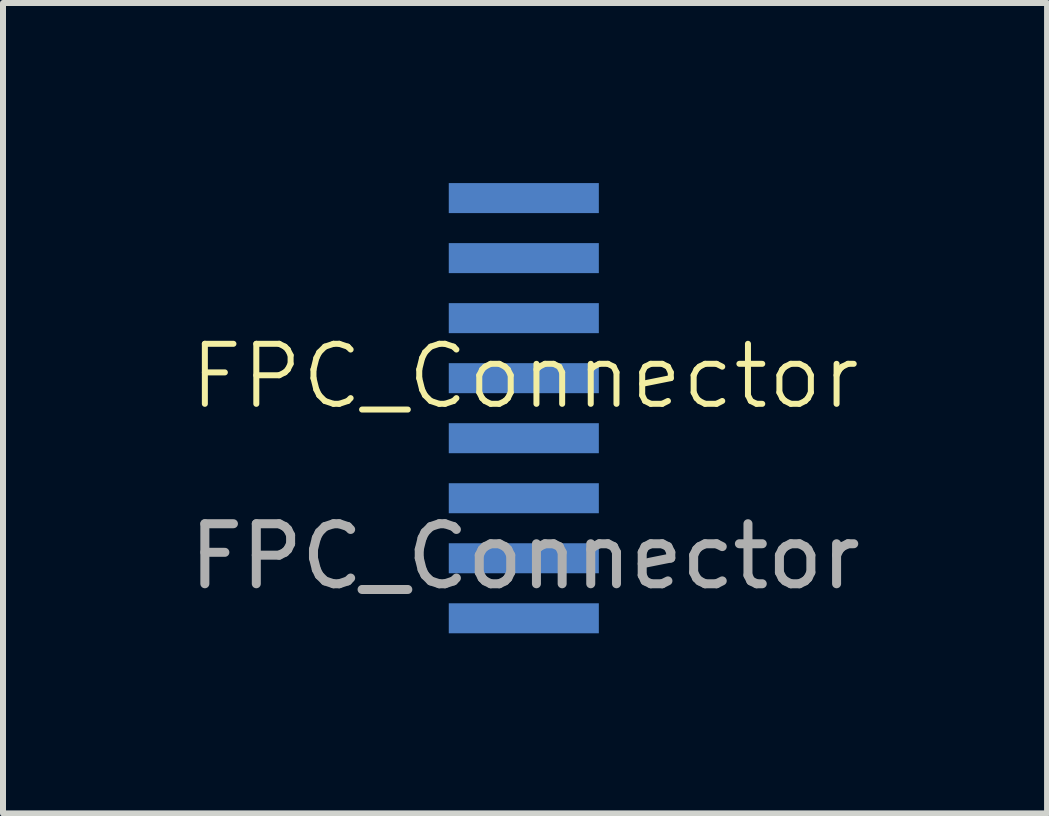
<source format=kicad_pcb>
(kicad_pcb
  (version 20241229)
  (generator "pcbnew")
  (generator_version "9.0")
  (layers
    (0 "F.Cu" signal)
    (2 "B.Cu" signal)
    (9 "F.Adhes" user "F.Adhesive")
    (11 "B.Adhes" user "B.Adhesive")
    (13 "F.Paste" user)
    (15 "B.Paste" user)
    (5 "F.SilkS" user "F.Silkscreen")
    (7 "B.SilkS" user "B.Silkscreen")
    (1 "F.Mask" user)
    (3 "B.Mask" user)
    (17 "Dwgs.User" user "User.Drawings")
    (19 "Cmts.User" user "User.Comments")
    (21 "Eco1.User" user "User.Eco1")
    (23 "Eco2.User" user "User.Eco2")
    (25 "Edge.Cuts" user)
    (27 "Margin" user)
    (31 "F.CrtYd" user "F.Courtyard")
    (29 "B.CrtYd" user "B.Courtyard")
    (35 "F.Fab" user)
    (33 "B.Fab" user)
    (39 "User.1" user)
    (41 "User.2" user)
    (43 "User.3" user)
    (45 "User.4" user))
  (footprint "FPC_Connector"
    (layer "F.Cu")
    (at 5.696 3.72)
    (property "Reference" "FPC_Connector" (at 0 -0.5 0) (unlocked yes) (layer "F.SilkS") (effects (font (size 1 1) (thickness 0.1))))
    (attr smd)
    (fp_text user "${REFERENCE}" (at 0 2.5 0) (unlocked yes) (layer "F.Fab") (effects (font (size 1 1) (thickness 0.15))))
    (pad "1" smd rect (at -0.02 -3.47 90) (size 0.5 2.5) (layers "B.Cu" "B.Mask" "B.Paste"))
    (pad "2" smd rect (at -0.02 -2.47 90) (size 0.5 2.5) (layers "B.Cu" "B.Mask" "B.Paste"))
    (pad "3" smd rect (at -0.02 -1.47 90) (size 0.5 2.5) (layers "B.Cu" "B.Mask" "B.Paste"))
    (pad "4" smd rect (at -0.02 -0.47 90) (size 0.5 2.5) (layers "B.Cu" "B.Mask" "B.Paste"))
    (pad "5" smd rect (at -0.02 0.53 90) (size 0.5 2.5) (layers "B.Cu" "B.Mask" "B.Paste"))
    (pad "6" smd rect (at -0.02 1.53 90) (size 0.5 2.5) (layers "B.Cu" "B.Mask" "B.Paste"))
    (pad "7" smd rect (at -0.02 2.53 90) (size 0.5 2.5) (layers "B.Cu" "B.Mask" "B.Paste"))
    (pad "8" smd rect (at -0.02 3.53 90) (size 0.5 2.5) (layers "B.Cu" "B.Mask" "B.Paste")))
  (gr_rect
    (start -3 -3)
    (end 14.393 10.5)
    (stroke (width 0.1) (type default))
    (fill no)
    (layer "Edge.Cuts")))
</source>
